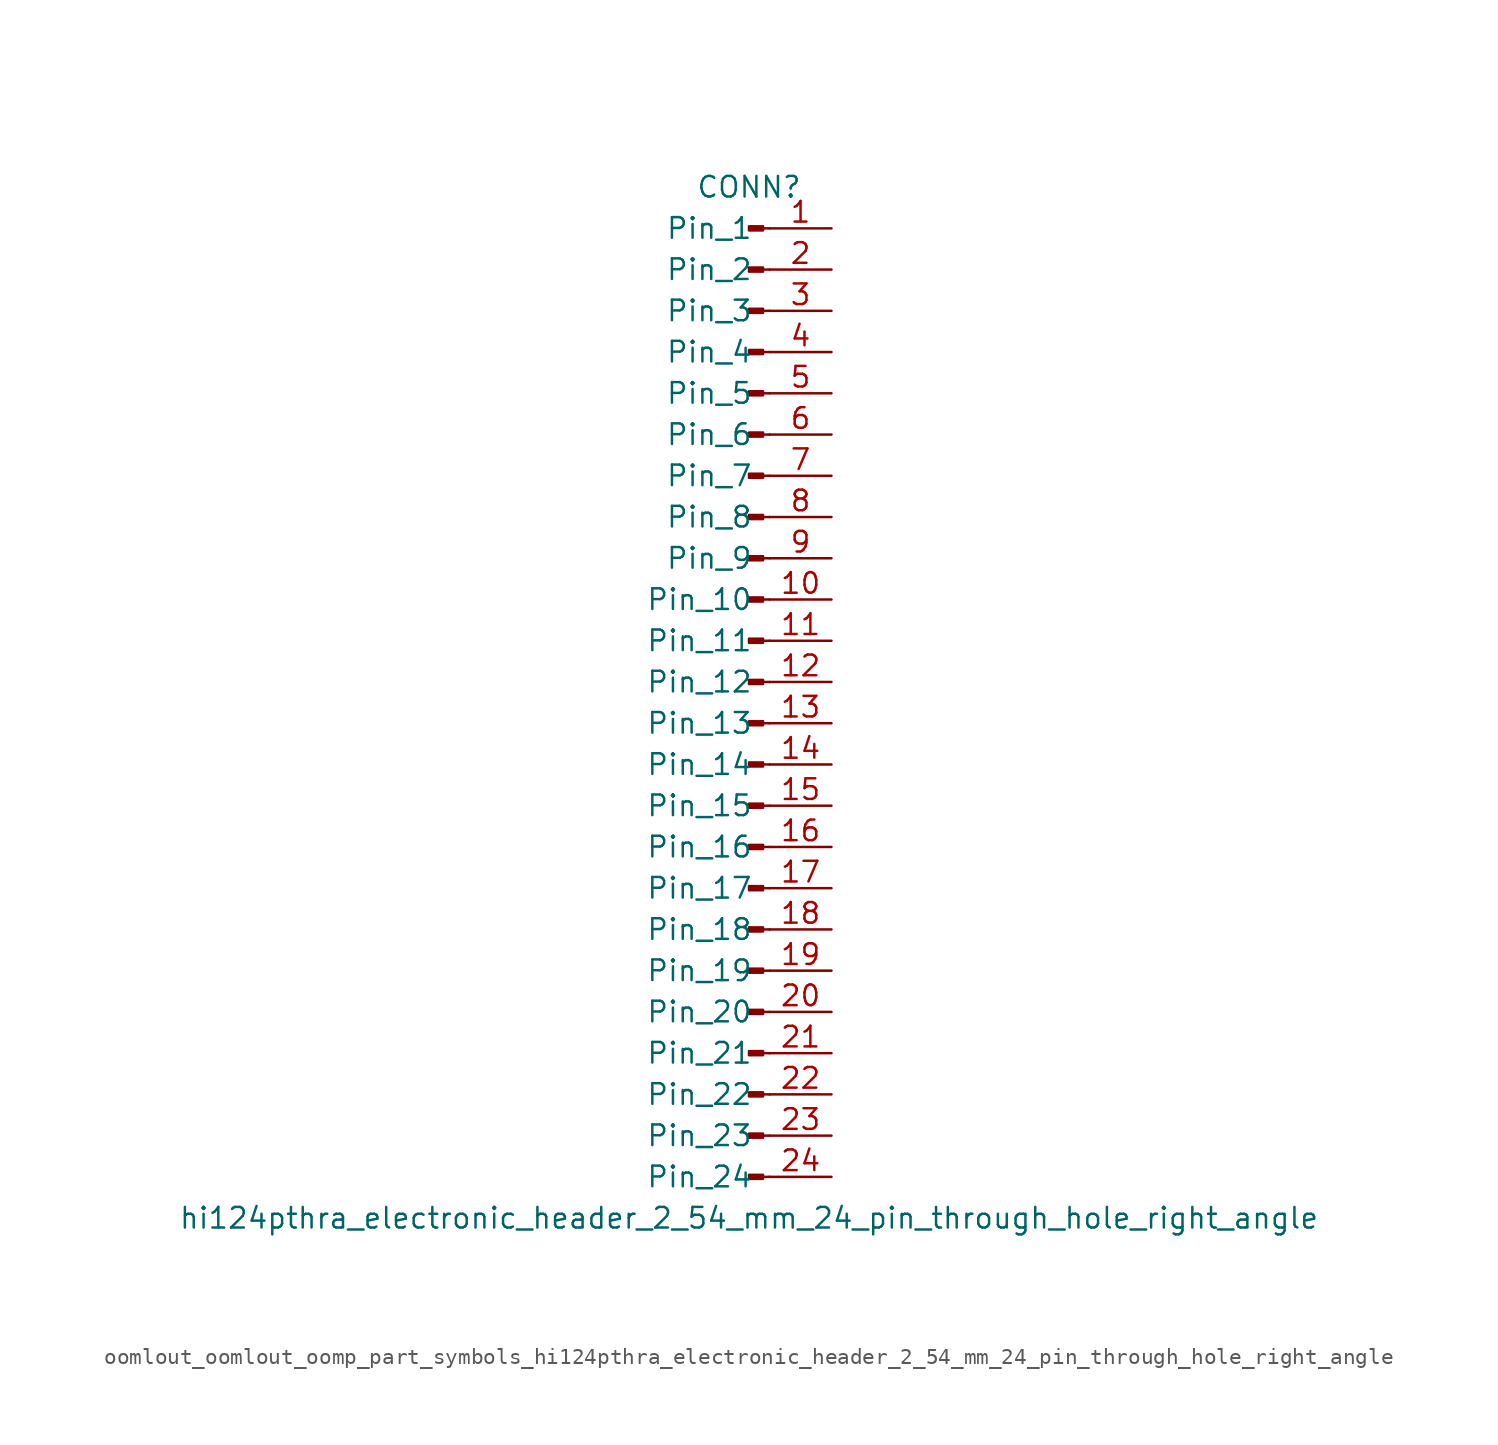
<source format=kicad_sym>
(kicad_symbol_lib
  (version 20220914)
  (generator kicad_symbol_editor)
  (symbol "oomlout_oomlout_oomp_part_symbols_hi124pthra_electronic_header_2_54_mm_24_pin_through_hole_right_angle"
    (pin_names
      (offset 1.016))
    (property "Reference" "CONN"
      (at 0 30.48 0)
      (effects (font (size 1.27 1.27))))
    (property "Value" "hi124pthra_electronic_header_2_54_mm_24_pin_through_hole_right_angle"
      (at 0 -33.02 0)
      (effects (font (size 1.27 1.27))))
    (property "ki_locked" ""
      (at 0 0 0)
      (effects (font (size 1.27 1.27))))
    (symbol "oomlout_oomlout_oomp_part_symbols_hi124pthra_electronic_header_2_54_mm_24_pin_through_hole_right_angle_1_1"
      (polyline (pts (xy 1.27 -30.48) (xy 0.864 -30.48)) (stroke (width 0.152) (type default)) (fill (type none)))
      (polyline (pts (xy 1.27 -27.94) (xy 0.864 -27.94)) (stroke (width 0.152) (type default)) (fill (type none)))
      (polyline (pts (xy 1.27 -25.4) (xy 0.864 -25.4)) (stroke (width 0.152) (type default)) (fill (type none)))
      (polyline (pts (xy 1.27 -22.86) (xy 0.864 -22.86)) (stroke (width 0.152) (type default)) (fill (type none)))
      (polyline (pts (xy 1.27 -20.32) (xy 0.864 -20.32)) (stroke (width 0.152) (type default)) (fill (type none)))
      (polyline (pts (xy 1.27 -17.78) (xy 0.864 -17.78)) (stroke (width 0.152) (type default)) (fill (type none)))
      (polyline (pts (xy 1.27 -15.24) (xy 0.864 -15.24)) (stroke (width 0.152) (type default)) (fill (type none)))
      (polyline (pts (xy 1.27 -12.7) (xy 0.864 -12.7)) (stroke (width 0.152) (type default)) (fill (type none)))
      (polyline (pts (xy 1.27 -10.16) (xy 0.864 -10.16)) (stroke (width 0.152) (type default)) (fill (type none)))
      (polyline (pts (xy 1.27 -7.62) (xy 0.864 -7.62)) (stroke (width 0.152) (type default)) (fill (type none)))
      (polyline (pts (xy 1.27 -5.08) (xy 0.864 -5.08)) (stroke (width 0.152) (type default)) (fill (type none)))
      (polyline (pts (xy 1.27 -2.54) (xy 0.864 -2.54)) (stroke (width 0.152) (type default)) (fill (type none)))
      (polyline (pts (xy 1.27 0) (xy 0.864 0)) (stroke (width 0.152) (type default)) (fill (type none)))
      (polyline (pts (xy 1.27 2.54) (xy 0.864 2.54)) (stroke (width 0.152) (type default)) (fill (type none)))
      (polyline (pts (xy 1.27 5.08) (xy 0.864 5.08)) (stroke (width 0.152) (type default)) (fill (type none)))
      (polyline (pts (xy 1.27 7.62) (xy 0.864 7.62)) (stroke (width 0.152) (type default)) (fill (type none)))
      (polyline (pts (xy 1.27 10.16) (xy 0.864 10.16)) (stroke (width 0.152) (type default)) (fill (type none)))
      (polyline (pts (xy 1.27 12.7) (xy 0.864 12.7)) (stroke (width 0.152) (type default)) (fill (type none)))
      (polyline (pts (xy 1.27 15.24) (xy 0.864 15.24)) (stroke (width 0.152) (type default)) (fill (type none)))
      (polyline (pts (xy 1.27 17.78) (xy 0.864 17.78)) (stroke (width 0.152) (type default)) (fill (type none)))
      (polyline (pts (xy 1.27 20.32) (xy 0.864 20.32)) (stroke (width 0.152) (type default)) (fill (type none)))
      (polyline (pts (xy 1.27 22.86) (xy 0.864 22.86)) (stroke (width 0.152) (type default)) (fill (type none)))
      (polyline (pts (xy 1.27 25.4) (xy 0.864 25.4)) (stroke (width 0.152) (type default)) (fill (type none)))
      (polyline (pts (xy 1.27 27.94) (xy 0.864 27.94)) (stroke (width 0.152) (type default)) (fill (type none)))
      (rectangle (start 0.864 -30.353) (end 0 -30.607) (stroke (width 0.152) (type default)) (fill (type outline)))
      (rectangle (start 0.864 -27.813) (end 0 -28.067) (stroke (width 0.152) (type default)) (fill (type outline)))
      (rectangle (start 0.864 -25.273) (end 0 -25.527) (stroke (width 0.152) (type default)) (fill (type outline)))
      (rectangle (start 0.864 -22.733) (end 0 -22.987) (stroke (width 0.152) (type default)) (fill (type outline)))
      (rectangle (start 0.864 -20.193) (end 0 -20.447) (stroke (width 0.152) (type default)) (fill (type outline)))
      (rectangle (start 0.864 -17.653) (end 0 -17.907) (stroke (width 0.152) (type default)) (fill (type outline)))
      (rectangle (start 0.864 -15.113) (end 0 -15.367) (stroke (width 0.152) (type default)) (fill (type outline)))
      (rectangle (start 0.864 -12.573) (end 0 -12.827) (stroke (width 0.152) (type default)) (fill (type outline)))
      (rectangle (start 0.864 -10.033) (end 0 -10.287) (stroke (width 0.152) (type default)) (fill (type outline)))
      (rectangle (start 0.864 -7.493) (end 0 -7.747) (stroke (width 0.152) (type default)) (fill (type outline)))
      (rectangle (start 0.864 -4.953) (end 0 -5.207) (stroke (width 0.152) (type default)) (fill (type outline)))
      (rectangle (start 0.864 -2.413) (end 0 -2.667) (stroke (width 0.152) (type default)) (fill (type outline)))
      (rectangle (start 0.864 0.127) (end 0 -0.127) (stroke (width 0.152) (type default)) (fill (type outline)))
      (rectangle (start 0.864 2.667) (end 0 2.413) (stroke (width 0.152) (type default)) (fill (type outline)))
      (rectangle (start 0.864 5.207) (end 0 4.953) (stroke (width 0.152) (type default)) (fill (type outline)))
      (rectangle (start 0.864 7.747) (end 0 7.493) (stroke (width 0.152) (type default)) (fill (type outline)))
      (rectangle (start 0.864 10.287) (end 0 10.033) (stroke (width 0.152) (type default)) (fill (type outline)))
      (rectangle (start 0.864 12.827) (end 0 12.573) (stroke (width 0.152) (type default)) (fill (type outline)))
      (rectangle (start 0.864 15.367) (end 0 15.113) (stroke (width 0.152) (type default)) (fill (type outline)))
      (rectangle (start 0.864 17.907) (end 0 17.653) (stroke (width 0.152) (type default)) (fill (type outline)))
      (rectangle (start 0.864 20.447) (end 0 20.193) (stroke (width 0.152) (type default)) (fill (type outline)))
      (rectangle (start 0.864 22.987) (end 0 22.733) (stroke (width 0.152) (type default)) (fill (type outline)))
      (rectangle (start 0.864 25.527) (end 0 25.273) (stroke (width 0.152) (type default)) (fill (type outline)))
      (rectangle (start 0.864 28.067) (end 0 27.813) (stroke (width 0.152) (type default)) (fill (type outline)))
      (pin passive line (at 5.08 27.94 180) (length 3.81) (name "Pin_1" (effects (font (size 1.27 1.27)))) (number "1" (effects (font (size 1.27 1.27)))))
      (pin passive line (at 5.08 5.08 180) (length 3.81) (name "Pin_10" (effects (font (size 1.27 1.27)))) (number "10" (effects (font (size 1.27 1.27)))))
      (pin passive line (at 5.08 2.54 180) (length 3.81) (name "Pin_11" (effects (font (size 1.27 1.27)))) (number "11" (effects (font (size 1.27 1.27)))))
      (pin passive line (at 5.08 0 180) (length 3.81) (name "Pin_12" (effects (font (size 1.27 1.27)))) (number "12" (effects (font (size 1.27 1.27)))))
      (pin passive line (at 5.08 -2.54 180) (length 3.81) (name "Pin_13" (effects (font (size 1.27 1.27)))) (number "13" (effects (font (size 1.27 1.27)))))
      (pin passive line (at 5.08 -5.08 180) (length 3.81) (name "Pin_14" (effects (font (size 1.27 1.27)))) (number "14" (effects (font (size 1.27 1.27)))))
      (pin passive line (at 5.08 -7.62 180) (length 3.81) (name "Pin_15" (effects (font (size 1.27 1.27)))) (number "15" (effects (font (size 1.27 1.27)))))
      (pin passive line (at 5.08 -10.16 180) (length 3.81) (name "Pin_16" (effects (font (size 1.27 1.27)))) (number "16" (effects (font (size 1.27 1.27)))))
      (pin passive line (at 5.08 -12.7 180) (length 3.81) (name "Pin_17" (effects (font (size 1.27 1.27)))) (number "17" (effects (font (size 1.27 1.27)))))
      (pin passive line (at 5.08 -15.24 180) (length 3.81) (name "Pin_18" (effects (font (size 1.27 1.27)))) (number "18" (effects (font (size 1.27 1.27)))))
      (pin passive line (at 5.08 -17.78 180) (length 3.81) (name "Pin_19" (effects (font (size 1.27 1.27)))) (number "19" (effects (font (size 1.27 1.27)))))
      (pin passive line (at 5.08 25.4 180) (length 3.81) (name "Pin_2" (effects (font (size 1.27 1.27)))) (number "2" (effects (font (size 1.27 1.27)))))
      (pin passive line (at 5.08 -20.32 180) (length 3.81) (name "Pin_20" (effects (font (size 1.27 1.27)))) (number "20" (effects (font (size 1.27 1.27)))))
      (pin passive line (at 5.08 -22.86 180) (length 3.81) (name "Pin_21" (effects (font (size 1.27 1.27)))) (number "21" (effects (font (size 1.27 1.27)))))
      (pin passive line (at 5.08 -25.4 180) (length 3.81) (name "Pin_22" (effects (font (size 1.27 1.27)))) (number "22" (effects (font (size 1.27 1.27)))))
      (pin passive line (at 5.08 -27.94 180) (length 3.81) (name "Pin_23" (effects (font (size 1.27 1.27)))) (number "23" (effects (font (size 1.27 1.27)))))
      (pin passive line (at 5.08 -30.48 180) (length 3.81) (name "Pin_24" (effects (font (size 1.27 1.27)))) (number "24" (effects (font (size 1.27 1.27)))))
      (pin passive line (at 5.08 22.86 180) (length 3.81) (name "Pin_3" (effects (font (size 1.27 1.27)))) (number "3" (effects (font (size 1.27 1.27)))))
      (pin passive line (at 5.08 20.32 180) (length 3.81) (name "Pin_4" (effects (font (size 1.27 1.27)))) (number "4" (effects (font (size 1.27 1.27)))))
      (pin passive line (at 5.08 17.78 180) (length 3.81) (name "Pin_5" (effects (font (size 1.27 1.27)))) (number "5" (effects (font (size 1.27 1.27)))))
      (pin passive line (at 5.08 15.24 180) (length 3.81) (name "Pin_6" (effects (font (size 1.27 1.27)))) (number "6" (effects (font (size 1.27 1.27)))))
      (pin passive line (at 5.08 12.7 180) (length 3.81) (name "Pin_7" (effects (font (size 1.27 1.27)))) (number "7" (effects (font (size 1.27 1.27)))))
      (pin passive line (at 5.08 10.16 180) (length 3.81) (name "Pin_8" (effects (font (size 1.27 1.27)))) (number "8" (effects (font (size 1.27 1.27)))))
      (pin passive line (at 5.08 7.62 180) (length 3.81) (name "Pin_9" (effects (font (size 1.27 1.27)))) (number "9" (effects (font (size 1.27 1.27))))))))
</source>
